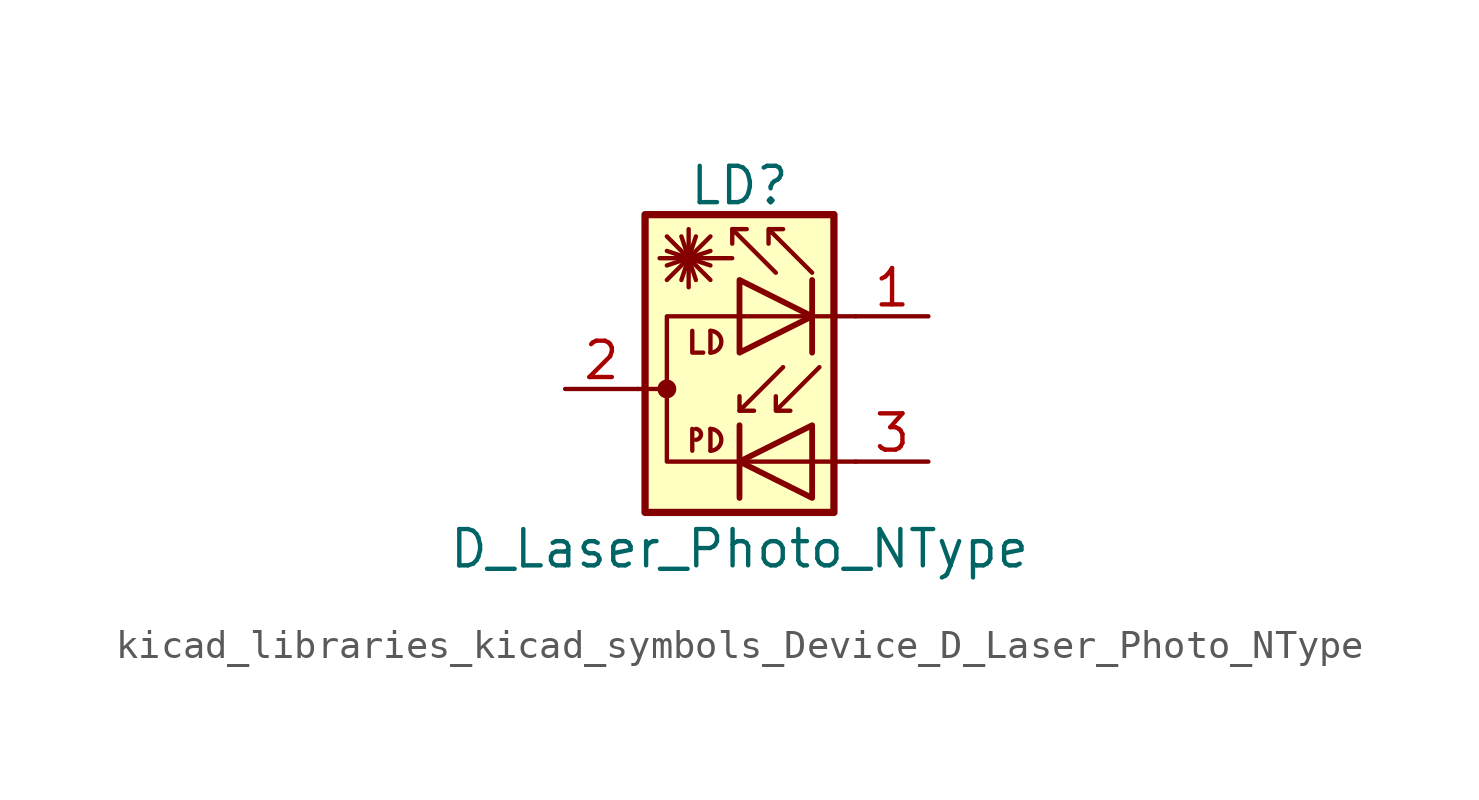
<source format=kicad_sym>
(kicad_symbol_lib
  (version 20220914)
  (generator kicad_symbol_editor)
  (symbol "kicad_libraries_kicad_symbols_Device_D_Laser_Photo_NType"
    (pin_names hide)
    (property "Reference" "LD"
      (at 1.016 7.112 0)
      (effects (font (size 1.27 1.27))))
    (property "Value" "D_Laser_Photo_NType"
      (at 1.016 -5.588 0)
      (effects (font (size 1.27 1.27))))
    (symbol "kicad_libraries_kicad_symbols_Device_D_Laser_Photo_NType_0_1"
      (circle (center -1.524 0) (radius 0.254) (stroke (width 0) (type default)) (fill (type outline)))
      (arc (start -0.508 -1.778) (mid -0.3302 -1.6002) (end -0.508 -1.397) (stroke (width 0) (type default)) (fill (type none)))
      (arc (start 0 -2.159) (mid 0.3794 -1.778) (end 0 -1.397) (stroke (width 0) (type default)) (fill (type none)))
      (polyline (pts (xy -2.54 0) (xy -1.524 0)) (stroke (width 0) (type default)) (fill (type none)))
      (polyline (pts (xy -1.524 3.81) (xy 0 5.334)) (stroke (width 0) (type default)) (fill (type none)))
      (polyline (pts (xy -1.524 4.318) (xy 0 4.826)) (stroke (width 0) (type default)) (fill (type none)))
      (polyline (pts (xy -1.524 4.826) (xy 0 4.318)) (stroke (width 0) (type default)) (fill (type none)))
      (polyline (pts (xy -1.524 5.334) (xy 0 3.81)) (stroke (width 0) (type default)) (fill (type none)))
      (polyline (pts (xy -1.016 5.334) (xy -0.508 3.81)) (stroke (width 0) (type default)) (fill (type none)))
      (polyline (pts (xy -0.762 4.572) (xy -0.762 3.556)) (stroke (width 0) (type default)) (fill (type none)))
      (polyline (pts (xy -0.762 4.572) (xy -0.762 5.588)) (stroke (width 0) (type default)) (fill (type none)))
      (polyline (pts (xy -0.635 -1.397) (xy -0.635 -2.159)) (stroke (width 0) (type default)) (fill (type none)))
      (polyline (pts (xy -0.508 5.334) (xy -1.016 3.81)) (stroke (width 0) (type default)) (fill (type none)))
      (polyline (pts (xy 0 -1.397) (xy 0 -2.159)) (stroke (width 0) (type default)) (fill (type none)))
      (polyline (pts (xy 0 2.032) (xy 0 1.27)) (stroke (width 0) (type default)) (fill (type none)))
      (polyline (pts (xy 0.762 4.572) (xy -1.778 4.572)) (stroke (width 0) (type default)) (fill (type none)))
      (polyline (pts (xy 0.762 5.588) (xy 1.27 5.588)) (stroke (width 0) (type default)) (fill (type none)))
      (polyline (pts (xy 1.016 -1.27) (xy 1.016 -3.81)) (stroke (width 0.203) (type default)) (fill (type none)))
      (polyline (pts (xy 1.016 -0.762) (xy 1.524 -0.762)) (stroke (width 0) (type default)) (fill (type none)))
      (polyline (pts (xy 3.556 3.81) (xy 3.556 1.27)) (stroke (width 0.203) (type default)) (fill (type none)))
      (polyline (pts (xy -0.635 2.032) (xy -0.635 1.27) (xy -0.254 1.27)) (stroke (width 0) (type default)) (fill (type none)))
      (polyline (pts (xy 2.286 4.064) (xy 0.762 5.588) (xy 0.762 5.08)) (stroke (width 0) (type default)) (fill (type none)))
      (polyline (pts (xy 2.54 0.762) (xy 1.016 -0.762) (xy 1.016 -0.254)) (stroke (width 0) (type default)) (fill (type none)))
      (polyline (pts (xy 3.556 -1.27) (xy 3.556 -3.81) (xy 1.016 -2.54) (xy 3.556 -1.27)) (stroke (width 0.203) (type default)) (fill (type none)))
      (polyline (pts (xy 5.08 2.54) (xy -1.524 2.54) (xy -1.524 -2.54) (xy 5.08 -2.54)) (stroke (width 0) (type default)) (fill (type none)))
      (polyline (pts (xy 3.556 4.064) (xy 2.032 5.588) (xy 2.032 5.08) (xy 2.032 5.588) (xy 2.54 5.588)) (stroke (width 0) (type default)) (fill (type none)))
      (polyline (pts (xy 3.81 0.762) (xy 2.286 -0.762) (xy 2.286 -0.254) (xy 2.286 -0.762) (xy 2.794 -0.762)) (stroke (width 0) (type default)) (fill (type none)))
      (arc (start 0 1.27) (mid 0.3794 1.651) (end 0 2.032) (stroke (width 0) (type default)) (fill (type none)))
      (rectangle (start 4.318 6.096) (end -2.286 -4.318) (stroke (width 0.254) (type default)) (fill (type background))))
    (symbol "kicad_libraries_kicad_symbols_Device_D_Laser_Photo_NType_1_1"
      (polyline (pts (xy 1.016 3.81) (xy 1.016 1.27) (xy 3.556 2.54) (xy 1.016 3.81)) (stroke (width 0.203) (type default)) (fill (type none)))
      (pin passive line (at 7.62 2.54 180) (length 2.54) (name "~" (effects (font (size 1.27 1.27)))) (number "1" (effects (font (size 1.27 1.27)))))
      (pin passive line (at -5.08 0 0) (length 2.54) (name "~" (effects (font (size 1.27 1.27)))) (number "2" (effects (font (size 1.27 1.27)))))
      (pin passive line (at 7.62 -2.54 180) (length 2.54) (name "~" (effects (font (size 1.27 1.27)))) (number "3" (effects (font (size 1.27 1.27))))))))
</source>
